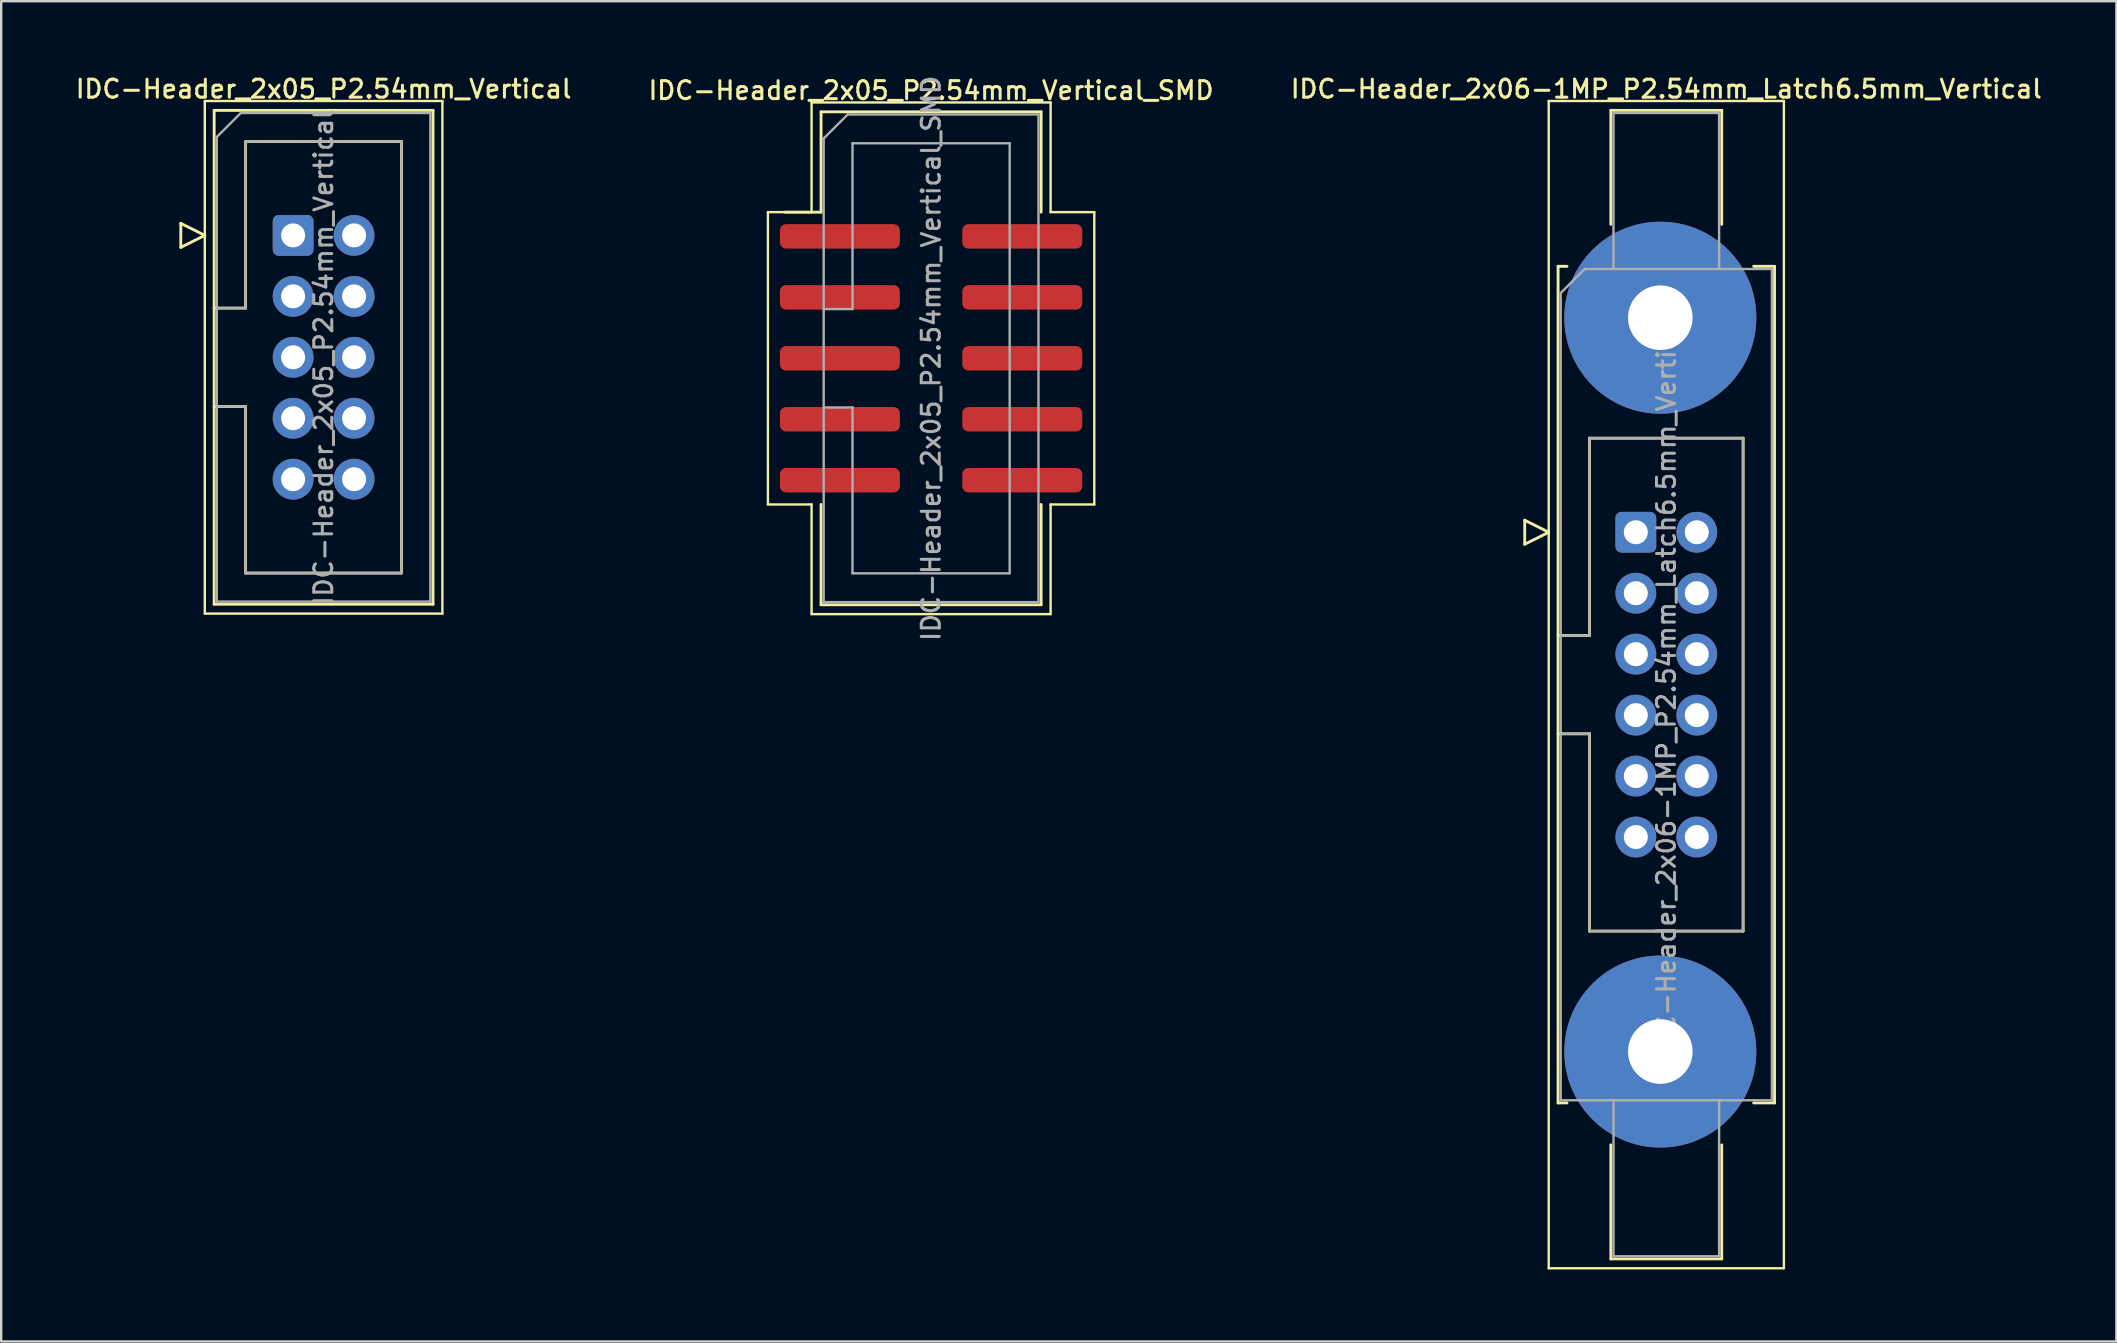
<source format=kicad_pcb>
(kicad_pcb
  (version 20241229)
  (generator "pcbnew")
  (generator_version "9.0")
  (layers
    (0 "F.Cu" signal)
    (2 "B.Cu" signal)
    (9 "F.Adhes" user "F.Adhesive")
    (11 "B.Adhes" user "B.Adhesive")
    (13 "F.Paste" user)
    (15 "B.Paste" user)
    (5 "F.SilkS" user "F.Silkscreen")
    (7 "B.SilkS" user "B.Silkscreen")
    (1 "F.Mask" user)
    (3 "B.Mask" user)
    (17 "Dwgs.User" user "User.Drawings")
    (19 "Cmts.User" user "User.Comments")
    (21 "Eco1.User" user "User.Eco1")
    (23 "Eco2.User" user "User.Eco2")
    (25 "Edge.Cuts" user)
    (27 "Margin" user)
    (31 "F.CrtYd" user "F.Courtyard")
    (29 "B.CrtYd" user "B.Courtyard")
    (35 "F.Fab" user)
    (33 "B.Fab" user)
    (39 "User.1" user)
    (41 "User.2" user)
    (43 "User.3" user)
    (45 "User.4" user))
  (footprint "IDC-Header_2x05_P2.54mm_Vertical"
    (layer "F.Cu")
    (at 9.164 6.758)
    (property "Reference" "IDC-Header_2x05_P2.54mm_Vertical" (at 1.27 -6.1 0) (layer "F.SilkS") (effects (font (size 0.75 0.75) (thickness 0.125))))
    (attr through_hole)
    (fp_line (start -4.68 -0.5) (end -4.68 0.5) (stroke (width 0.12) (type solid)) (layer "F.SilkS"))
    (fp_line (start -4.68 0.5) (end -3.68 0) (stroke (width 0.12) (type solid)) (layer "F.SilkS"))
    (fp_line (start -3.68 -5.6) (end -3.68 15.76) (stroke (width 0.1) (type solid)) (layer "F.SilkS"))
    (fp_line (start -3.68 0) (end -4.68 -0.5) (stroke (width 0.12) (type solid)) (layer "F.SilkS"))
    (fp_line (start -3.68 15.76) (end 6.22 15.76) (stroke (width 0.1) (type solid)) (layer "F.SilkS"))
    (fp_line (start -3.29 -5.21) (end 5.83 -5.21) (stroke (width 0.12) (type solid)) (layer "F.SilkS"))
    (fp_line (start -3.29 3.03) (end -1.98 3.03) (stroke (width 0.12) (type solid)) (layer "F.SilkS"))
    (fp_line (start -3.29 15.37) (end -3.29 -5.21) (stroke (width 0.12) (type solid)) (layer "F.SilkS"))
    (fp_line (start -1.98 -3.91) (end 4.52 -3.91) (stroke (width 0.12) (type solid)) (layer "F.SilkS"))
    (fp_line (start -1.98 3.03) (end -1.98 -3.91) (stroke (width 0.12) (type solid)) (layer "F.SilkS"))
    (fp_line (start -1.98 7.13) (end -3.29 7.13) (stroke (width 0.12) (type solid)) (layer "F.SilkS"))
    (fp_line (start -1.98 7.13) (end -1.98 7.13) (stroke (width 0.12) (type solid)) (layer "F.SilkS"))
    (fp_line (start -1.98 14.07) (end -1.98 7.13) (stroke (width 0.12) (type solid)) (layer "F.SilkS"))
    (fp_line (start 4.52 -3.91) (end 4.52 14.07) (stroke (width 0.12) (type solid)) (layer "F.SilkS"))
    (fp_line (start 4.52 14.07) (end -1.98 14.07) (stroke (width 0.12) (type solid)) (layer "F.SilkS"))
    (fp_line (start 5.83 -5.21) (end 5.83 15.37) (stroke (width 0.12) (type solid)) (layer "F.SilkS"))
    (fp_line (start 5.83 15.37) (end -3.29 15.37) (stroke (width 0.12) (type solid)) (layer "F.SilkS"))
    (fp_line (start 6.22 -5.6) (end -3.68 -5.6) (stroke (width 0.1) (type solid)) (layer "F.SilkS"))
    (fp_line (start 6.22 15.76) (end 6.22 -5.6) (stroke (width 0.1) (type solid)) (layer "F.SilkS"))
    (fp_line (start -3.18 -4.1) (end -2.18 -5.1) (stroke (width 0.1) (type solid)) (layer "F.Fab"))
    (fp_line (start -3.18 3.03) (end -1.98 3.03) (stroke (width 0.1) (type solid)) (layer "F.Fab"))
    (fp_line (start -3.18 15.26) (end -3.18 -4.1) (stroke (width 0.1) (type solid)) (layer "F.Fab"))
    (fp_line (start -2.18 -5.1) (end 5.72 -5.1) (stroke (width 0.1) (type solid)) (layer "F.Fab"))
    (fp_line (start -1.98 -3.91) (end 4.52 -3.91) (stroke (width 0.1) (type solid)) (layer "F.Fab"))
    (fp_line (start -1.98 3.03) (end -1.98 -3.91) (stroke (width 0.1) (type solid)) (layer "F.Fab"))
    (fp_line (start -1.98 7.13) (end -3.18 7.13) (stroke (width 0.1) (type solid)) (layer "F.Fab"))
    (fp_line (start -1.98 7.13) (end -1.98 7.13) (stroke (width 0.1) (type solid)) (layer "F.Fab"))
    (fp_line (start -1.98 14.07) (end -1.98 7.13) (stroke (width 0.1) (type solid)) (layer "F.Fab"))
    (fp_line (start 4.52 -3.91) (end 4.52 14.07) (stroke (width 0.1) (type solid)) (layer "F.Fab"))
    (fp_line (start 4.52 14.07) (end -1.98 14.07) (stroke (width 0.1) (type solid)) (layer "F.Fab"))
    (fp_line (start 5.72 -5.1) (end 5.72 15.26) (stroke (width 0.1) (type solid)) (layer "F.Fab"))
    (fp_line (start 5.72 15.26) (end -3.18 15.26) (stroke (width 0.1) (type solid)) (layer "F.Fab"))
    (fp_text user "${REFERENCE}" (at 1.27 5.08 90) (layer "F.Fab") (effects (font (size 0.75 0.75) (thickness 0.125))))
    (pad "1" thru_hole roundrect (at 0 0) (size 1.7 1.7) (drill 1) (layers "*.Cu" "*.Mask") (roundrect_rratio 0.147))
    (pad "2" thru_hole circle (at 2.54 0) (size 1.7 1.7) (drill 1) (layers "*.Cu" "*.Mask"))
    (pad "3" thru_hole circle (at 0 2.54) (size 1.7 1.7) (drill 1) (layers "*.Cu" "*.Mask"))
    (pad "4" thru_hole circle (at 2.54 2.54) (size 1.7 1.7) (drill 1) (layers "*.Cu" "*.Mask"))
    (pad "5" thru_hole circle (at 0 5.08) (size 1.7 1.7) (drill 1) (layers "*.Cu" "*.Mask"))
    (pad "6" thru_hole circle (at 2.54 5.08) (size 1.7 1.7) (drill 1) (layers "*.Cu" "*.Mask"))
    (pad "7" thru_hole circle (at 0 7.62) (size 1.7 1.7) (drill 1) (layers "*.Cu" "*.Mask"))
    (pad "8" thru_hole circle (at 2.54 7.62) (size 1.7 1.7) (drill 1) (layers "*.Cu" "*.Mask"))
    (pad "9" thru_hole circle (at 0 10.16) (size 1.7 1.7) (drill 1) (layers "*.Cu" "*.Mask"))
    (pad "10" thru_hole circle (at 2.54 10.16) (size 1.7 1.7) (drill 1) (layers "*.Cu" "*.Mask")))
  (footprint "IDC-Header_2x06-1MP_P2.54mm_Latch6.5mm_Vertical"
    (layer "F.Cu")
    (at 65.114 19.128)
    (property "Reference" "IDC-Header_2x06-1MP_P2.54mm_Latch6.5mm_Vertical" (at 1.27 -18.47 0) (layer "F.SilkS") (effects (font (size 0.75 0.75) (thickness 0.125))))
    (attr through_hole)
    (fp_line (start -4.63 -0.5) (end -4.63 0.5) (stroke (width 0.12) (type solid)) (layer "F.SilkS"))
    (fp_line (start -4.63 0.5) (end -3.63 0) (stroke (width 0.12) (type solid)) (layer "F.SilkS"))
    (fp_line (start -3.63 -17.97) (end -3.63 30.67) (stroke (width 0.1) (type solid)) (layer "F.SilkS"))
    (fp_line (start -3.63 0) (end -4.63 -0.5) (stroke (width 0.12) (type solid)) (layer "F.SilkS"))
    (fp_line (start -3.63 30.67) (end 6.17 30.67) (stroke (width 0.1) (type solid)) (layer "F.SilkS"))
    (fp_line (start -3.24 -11.08) (end -3.24 23.78) (stroke (width 0.12) (type solid)) (layer "F.SilkS"))
    (fp_line (start -3.24 4.3) (end -1.93 4.3) (stroke (width 0.12) (type solid)) (layer "F.SilkS"))
    (fp_line (start -3.24 23.78) (end -2.87 23.78) (stroke (width 0.12) (type solid)) (layer "F.SilkS"))
    (fp_line (start -2.87 -11.08) (end -3.24 -11.08) (stroke (width 0.12) (type solid)) (layer "F.SilkS"))
    (fp_line (start -1.93 -3.92) (end 4.47 -3.92) (stroke (width 0.12) (type solid)) (layer "F.SilkS"))
    (fp_line (start -1.93 4.3) (end -1.93 -3.92) (stroke (width 0.12) (type solid)) (layer "F.SilkS"))
    (fp_line (start -1.93 8.4) (end -3.24 8.4) (stroke (width 0.12) (type solid)) (layer "F.SilkS"))
    (fp_line (start -1.93 8.4) (end -1.93 8.4) (stroke (width 0.12) (type solid)) (layer "F.SilkS"))
    (fp_line (start -1.93 16.62) (end -1.93 8.4) (stroke (width 0.12) (type solid)) (layer "F.SilkS"))
    (fp_line (start -1.04 -17.58) (end 3.58 -17.58) (stroke (width 0.12) (type solid)) (layer "F.SilkS"))
    (fp_line (start -1.04 -12.83) (end -1.04 -17.58) (stroke (width 0.12) (type solid)) (layer "F.SilkS"))
    (fp_line (start -1.04 25.53) (end -1.04 30.28) (stroke (width 0.12) (type solid)) (layer "F.SilkS"))
    (fp_line (start -1.04 30.28) (end 3.58 30.28) (stroke (width 0.12) (type solid)) (layer "F.SilkS"))
    (fp_line (start 3.58 -17.58) (end 3.58 -12.83) (stroke (width 0.12) (type solid)) (layer "F.SilkS"))
    (fp_line (start 3.58 30.28) (end 3.58 25.53) (stroke (width 0.12) (type solid)) (layer "F.SilkS"))
    (fp_line (start 4.47 -3.92) (end 4.47 16.62) (stroke (width 0.12) (type solid)) (layer "F.SilkS"))
    (fp_line (start 4.47 16.62) (end -1.93 16.62) (stroke (width 0.12) (type solid)) (layer "F.SilkS"))
    (fp_line (start 4.91 -11.08) (end 5.78 -11.08) (stroke (width 0.12) (type solid)) (layer "F.SilkS"))
    (fp_line (start 5.78 -11.08) (end 5.78 23.78) (stroke (width 0.12) (type solid)) (layer "F.SilkS"))
    (fp_line (start 5.78 23.78) (end 4.91 23.78) (stroke (width 0.12) (type solid)) (layer "F.SilkS"))
    (fp_line (start 6.17 -17.97) (end -3.63 -17.97) (stroke (width 0.1) (type solid)) (layer "F.SilkS"))
    (fp_line (start 6.17 30.67) (end 6.17 -17.97) (stroke (width 0.1) (type solid)) (layer "F.SilkS"))
    (fp_line (start -3.13 -9.97) (end -2.13 -10.97) (stroke (width 0.1) (type solid)) (layer "F.Fab"))
    (fp_line (start -3.13 4.3) (end -1.93 4.3) (stroke (width 0.1) (type solid)) (layer "F.Fab"))
    (fp_line (start -3.13 23.67) (end -3.13 -9.97) (stroke (width 0.1) (type solid)) (layer "F.Fab"))
    (fp_line (start -2.13 -10.97) (end 5.67 -10.97) (stroke (width 0.1) (type solid)) (layer "F.Fab"))
    (fp_line (start -1.93 -3.92) (end 4.47 -3.92) (stroke (width 0.1) (type solid)) (layer "F.Fab"))
    (fp_line (start -1.93 4.3) (end -1.93 -3.92) (stroke (width 0.1) (type solid)) (layer "F.Fab"))
    (fp_line (start -1.93 8.4) (end -3.13 8.4) (stroke (width 0.1) (type solid)) (layer "F.Fab"))
    (fp_line (start -1.93 8.4) (end -1.93 8.4) (stroke (width 0.1) (type solid)) (layer "F.Fab"))
    (fp_line (start -1.93 16.62) (end -1.93 8.4) (stroke (width 0.1) (type solid)) (layer "F.Fab"))
    (fp_line (start -0.93 -17.47) (end 3.47 -17.47) (stroke (width 0.1) (type solid)) (layer "F.Fab"))
    (fp_line (start -0.93 -10.97) (end -0.93 -17.47) (stroke (width 0.1) (type solid)) (layer "F.Fab"))
    (fp_line (start -0.93 23.67) (end -0.93 30.17) (stroke (width 0.1) (type solid)) (layer "F.Fab"))
    (fp_line (start -0.93 30.17) (end 3.47 30.17) (stroke (width 0.1) (type solid)) (layer "F.Fab"))
    (fp_line (start 3.47 -17.47) (end 3.47 -10.97) (stroke (width 0.1) (type solid)) (layer "F.Fab"))
    (fp_line (start 3.47 30.17) (end 3.47 23.67) (stroke (width 0.1) (type solid)) (layer "F.Fab"))
    (fp_line (start 4.47 -3.92) (end 4.47 16.62) (stroke (width 0.1) (type solid)) (layer "F.Fab"))
    (fp_line (start 4.47 16.62) (end -1.93 16.62) (stroke (width 0.1) (type solid)) (layer "F.Fab"))
    (fp_line (start 5.67 -10.97) (end 5.67 23.67) (stroke (width 0.1) (type solid)) (layer "F.Fab"))
    (fp_line (start 5.67 23.67) (end -3.13 23.67) (stroke (width 0.1) (type solid)) (layer "F.Fab"))
    (fp_text user "${REFERENCE}" (at 1.27 6.35 90) (layer "F.Fab") (effects (font (size 0.75 0.75) (thickness 0.125))))
    (pad "1" thru_hole roundrect (at 0 0) (size 1.7 1.7) (drill 1) (layers "*.Cu" "*.Mask") (roundrect_rratio 0.147))
    (pad "2" thru_hole circle (at 2.54 0) (size 1.7 1.7) (drill 1) (layers "*.Cu" "*.Mask"))
    (pad "3" thru_hole circle (at 0 2.54) (size 1.7 1.7) (drill 1) (layers "*.Cu" "*.Mask"))
    (pad "4" thru_hole circle (at 2.54 2.54) (size 1.7 1.7) (drill 1) (layers "*.Cu" "*.Mask"))
    (pad "5" thru_hole circle (at 0 5.08) (size 1.7 1.7) (drill 1) (layers "*.Cu" "*.Mask"))
    (pad "6" thru_hole circle (at 2.54 5.08) (size 1.7 1.7) (drill 1) (layers "*.Cu" "*.Mask"))
    (pad "7" thru_hole circle (at 0 7.62) (size 1.7 1.7) (drill 1) (layers "*.Cu" "*.Mask"))
    (pad "8" thru_hole circle (at 2.54 7.62) (size 1.7 1.7) (drill 1) (layers "*.Cu" "*.Mask"))
    (pad "9" thru_hole circle (at 0 10.16) (size 1.7 1.7) (drill 1) (layers "*.Cu" "*.Mask"))
    (pad "10" thru_hole circle (at 2.54 10.16) (size 1.7 1.7) (drill 1) (layers "*.Cu" "*.Mask"))
    (pad "11" thru_hole circle (at 0 12.7) (size 1.7 1.7) (drill 1) (layers "*.Cu" "*.Mask"))
    (pad "12" thru_hole circle (at 2.54 12.7) (size 1.7 1.7) (drill 1) (layers "*.Cu" "*.Mask"))
    (pad "MP" thru_hole circle (at 1.02 -8.94) (size 8 8) (drill 2.69) (layers "*.Cu" "*.Mask"))
    (pad "MP" thru_hole circle (at 1.02 21.64) (size 8 8) (drill 2.69) (layers "*.Cu" "*.Mask")))
  (footprint "IDC-Header_2x05_P2.54mm_Vertical_SMD"
    (layer "F.Cu")
    (at 35.748 11.88)
    (property "Reference" "IDC-Header_2x05_P2.54mm_Vertical_SMD" (at 0 -11.16 0) (layer "F.SilkS") (effects (font (size 0.75 0.75) (thickness 0.125))))
    (attr smd)
    (fp_line (start -6.8 -6.09) (end -6.8 6.09) (stroke (width 0.1) (type solid)) (layer "F.SilkS"))
    (fp_line (start -6.8 6.09) (end -4.98 6.09) (stroke (width 0.1) (type solid)) (layer "F.SilkS"))
    (fp_line (start -4.98 -10.66) (end -4.98 -6.09) (stroke (width 0.1) (type solid)) (layer "F.SilkS"))
    (fp_line (start -4.98 -6.09) (end -6.8 -6.09) (stroke (width 0.1) (type solid)) (layer "F.SilkS"))
    (fp_line (start -4.98 6.09) (end -4.98 10.66) (stroke (width 0.1) (type solid)) (layer "F.SilkS"))
    (fp_line (start -4.98 10.66) (end 4.98 10.66) (stroke (width 0.1) (type solid)) (layer "F.SilkS"))
    (fp_line (start -4.585 -10.27) (end 4.585 -10.27) (stroke (width 0.12) (type solid)) (layer "F.SilkS"))
    (fp_line (start -4.585 -6.09) (end -6.085 -6.09) (stroke (width 0.12) (type solid)) (layer "F.SilkS"))
    (fp_line (start -4.585 -6.09) (end -4.585 -10.27) (stroke (width 0.12) (type solid)) (layer "F.SilkS"))
    (fp_line (start -4.585 6.09) (end -4.585 10.27) (stroke (width 0.12) (type solid)) (layer "F.SilkS"))
    (fp_line (start -4.585 10.27) (end 4.585 10.27) (stroke (width 0.12) (type solid)) (layer "F.SilkS"))
    (fp_line (start 4.585 -10.27) (end 4.585 -6.09) (stroke (width 0.12) (type solid)) (layer "F.SilkS"))
    (fp_line (start 4.585 10.27) (end 4.585 6.09) (stroke (width 0.12) (type solid)) (layer "F.SilkS"))
    (fp_line (start 4.98 -10.66) (end -4.98 -10.66) (stroke (width 0.1) (type solid)) (layer "F.SilkS"))
    (fp_line (start 4.98 -6.09) (end 4.98 -10.66) (stroke (width 0.1) (type solid)) (layer "F.SilkS"))
    (fp_line (start 4.98 6.09) (end 6.8 6.09) (stroke (width 0.1) (type solid)) (layer "F.SilkS"))
    (fp_line (start 4.98 10.66) (end 4.98 6.09) (stroke (width 0.1) (type solid)) (layer "F.SilkS"))
    (fp_line (start 6.8 -6.09) (end 4.98 -6.09) (stroke (width 0.1) (type solid)) (layer "F.SilkS"))
    (fp_line (start 6.8 6.09) (end 6.8 -6.09) (stroke (width 0.1) (type solid)) (layer "F.SilkS"))
    (fp_line (start -4.475 -9.16) (end -3.475 -10.16) (stroke (width 0.1) (type solid)) (layer "F.Fab"))
    (fp_line (start -4.475 -2.05) (end -3.275 -2.05) (stroke (width 0.1) (type solid)) (layer "F.Fab"))
    (fp_line (start -4.475 10.16) (end -4.475 -9.16) (stroke (width 0.1) (type solid)) (layer "F.Fab"))
    (fp_line (start -3.475 -10.16) (end 4.475 -10.16) (stroke (width 0.1) (type solid)) (layer "F.Fab"))
    (fp_line (start -3.275 -8.96) (end 3.275 -8.96) (stroke (width 0.1) (type solid)) (layer "F.Fab"))
    (fp_line (start -3.275 -2.05) (end -3.275 -8.96) (stroke (width 0.1) (type solid)) (layer "F.Fab"))
    (fp_line (start -3.275 2.05) (end -4.475 2.05) (stroke (width 0.1) (type solid)) (layer "F.Fab"))
    (fp_line (start -3.275 2.05) (end -3.275 2.05) (stroke (width 0.1) (type solid)) (layer "F.Fab"))
    (fp_line (start -3.275 8.96) (end -3.275 2.05) (stroke (width 0.1) (type solid)) (layer "F.Fab"))
    (fp_line (start 3.275 -8.96) (end 3.275 8.96) (stroke (width 0.1) (type solid)) (layer "F.Fab"))
    (fp_line (start 3.275 8.96) (end -3.275 8.96) (stroke (width 0.1) (type solid)) (layer "F.Fab"))
    (fp_line (start 4.475 -10.16) (end 4.475 10.16) (stroke (width 0.1) (type solid)) (layer "F.Fab"))
    (fp_line (start 4.475 10.16) (end -4.475 10.16) (stroke (width 0.1) (type solid)) (layer "F.Fab"))
    (fp_text user "${REFERENCE}" (at 0 0 90) (layer "F.Fab") (effects (font (size 0.75 0.75) (thickness 0.125))))
    (pad "1" smd roundrect (at -3.8 -5.08) (size 5 1.02) (layers "F.Cu" "F.Mask" "F.Paste") (roundrect_rratio 0.25))
    (pad "2" smd roundrect (at 3.8 -5.08) (size 5 1.02) (layers "F.Cu" "F.Mask" "F.Paste") (roundrect_rratio 0.25))
    (pad "3" smd roundrect (at -3.8 -2.54) (size 5 1.02) (layers "F.Cu" "F.Mask" "F.Paste") (roundrect_rratio 0.25))
    (pad "4" smd roundrect (at 3.8 -2.54) (size 5 1.02) (layers "F.Cu" "F.Mask" "F.Paste") (roundrect_rratio 0.25))
    (pad "5" smd roundrect (at -3.8 0) (size 5 1.02) (layers "F.Cu" "F.Mask" "F.Paste") (roundrect_rratio 0.25))
    (pad "6" smd roundrect (at 3.8 0) (size 5 1.02) (layers "F.Cu" "F.Mask" "F.Paste") (roundrect_rratio 0.25))
    (pad "7" smd roundrect (at -3.8 2.54) (size 5 1.02) (layers "F.Cu" "F.Mask" "F.Paste") (roundrect_rratio 0.25))
    (pad "8" smd roundrect (at 3.8 2.54) (size 5 1.02) (layers "F.Cu" "F.Mask" "F.Paste") (roundrect_rratio 0.25))
    (pad "9" smd roundrect (at -3.8 5.08) (size 5 1.02) (layers "F.Cu" "F.Mask" "F.Paste") (roundrect_rratio 0.25))
    (pad "10" smd roundrect (at 3.8 5.08) (size 5 1.02) (layers "F.Cu" "F.Mask" "F.Paste") (roundrect_rratio 0.25)))
  (gr_rect
    (start -3 -3)
    (end 85.139 52.848)
    (stroke (width 0.1) (type default))
    (fill no)
    (layer "Edge.Cuts")))
</source>
